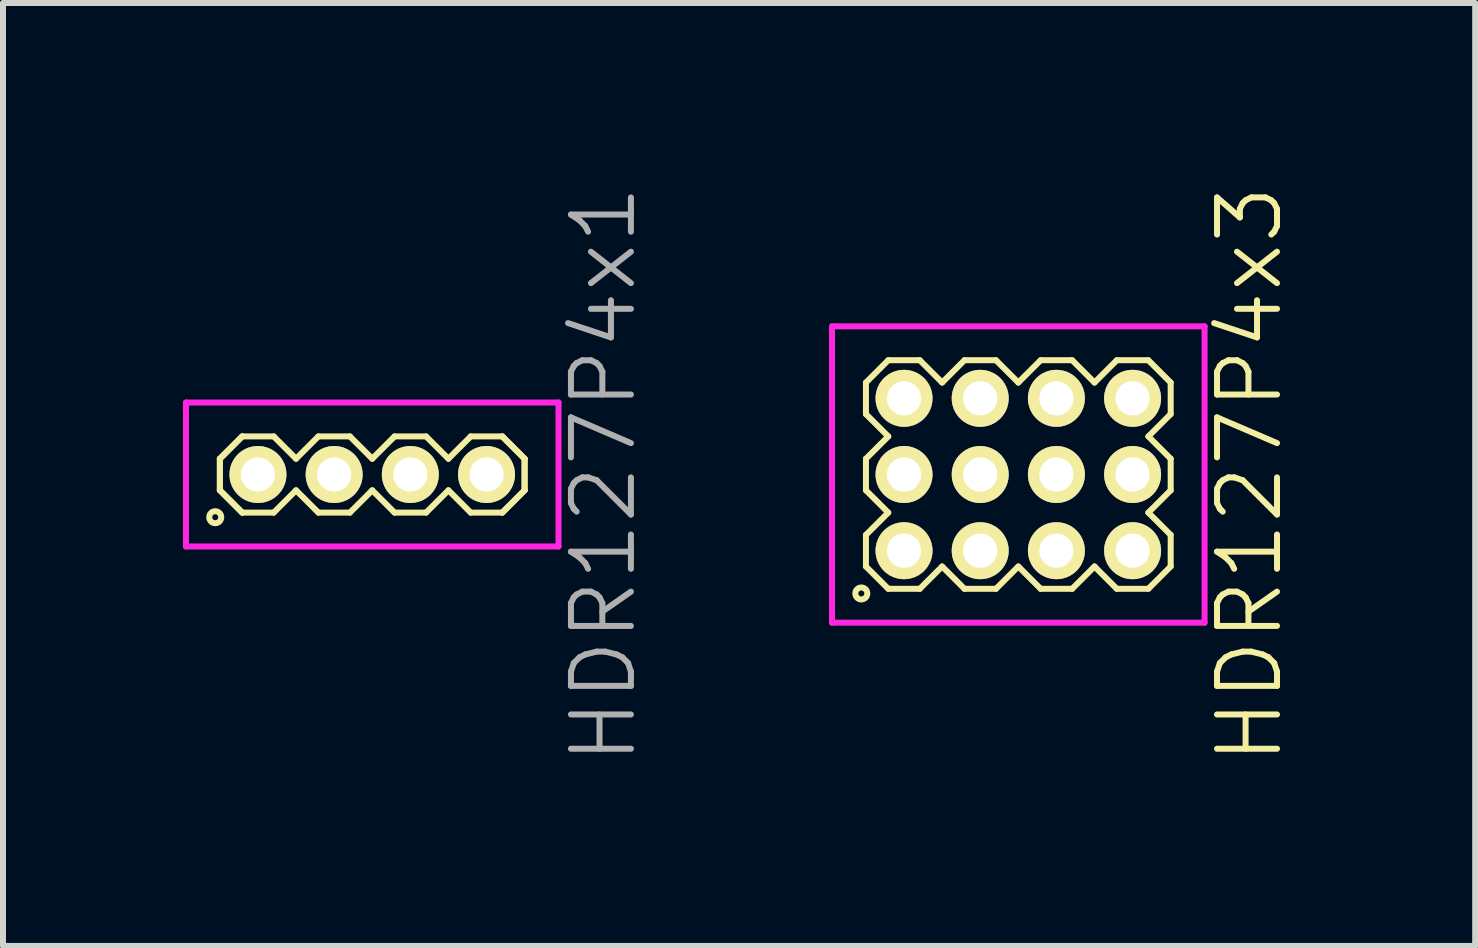
<source format=kicad_pcb>
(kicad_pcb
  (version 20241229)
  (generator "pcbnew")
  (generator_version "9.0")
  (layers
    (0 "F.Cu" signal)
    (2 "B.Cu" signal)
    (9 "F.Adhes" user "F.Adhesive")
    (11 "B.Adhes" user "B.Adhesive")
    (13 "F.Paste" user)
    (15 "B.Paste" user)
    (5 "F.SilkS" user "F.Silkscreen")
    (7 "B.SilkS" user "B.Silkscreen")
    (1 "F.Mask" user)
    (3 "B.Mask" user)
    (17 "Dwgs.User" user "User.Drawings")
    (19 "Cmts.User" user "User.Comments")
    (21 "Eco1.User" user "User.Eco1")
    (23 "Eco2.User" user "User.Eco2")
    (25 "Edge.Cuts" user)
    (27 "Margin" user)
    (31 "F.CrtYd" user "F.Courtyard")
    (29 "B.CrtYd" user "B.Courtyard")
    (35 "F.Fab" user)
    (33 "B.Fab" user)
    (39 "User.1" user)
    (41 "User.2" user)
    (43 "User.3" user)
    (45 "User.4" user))
  (footprint "HDR127P4x3"
    (layer "F.Cu")
    (at 13.925 4.86)
    (property "Reference" "HDR127P4x3" (at 3.855 0 90) (layer "F.SilkS") (effects (font (size 1 1) (thickness 0.1))))
    (attr through_hole)
    (fp_line (start -2.54 -1.533) (end -2.168 -1.905) (stroke (width 0.1) (type solid)) (layer "F.SilkS"))
    (fp_line (start -2.54 -1.007) (end -2.54 -1.533) (stroke (width 0.1) (type solid)) (layer "F.SilkS"))
    (fp_line (start -2.54 -0.263) (end -2.168 -0.635) (stroke (width 0.1) (type solid)) (layer "F.SilkS"))
    (fp_line (start -2.54 0.263) (end -2.54 -0.263) (stroke (width 0.1) (type solid)) (layer "F.SilkS"))
    (fp_line (start -2.54 1.007) (end -2.168 0.635) (stroke (width 0.1) (type solid)) (layer "F.SilkS"))
    (fp_line (start -2.54 1.533) (end -2.54 1.007) (stroke (width 0.1) (type solid)) (layer "F.SilkS"))
    (fp_line (start -2.168 -1.905) (end -1.642 -1.905) (stroke (width 0.1) (type solid)) (layer "F.SilkS"))
    (fp_line (start -2.168 -0.635) (end -2.54 -1.007) (stroke (width 0.1) (type solid)) (layer "F.SilkS"))
    (fp_line (start -2.168 0.635) (end -2.54 0.263) (stroke (width 0.1) (type solid)) (layer "F.SilkS"))
    (fp_line (start -2.168 1.905) (end -2.54 1.533) (stroke (width 0.1) (type solid)) (layer "F.SilkS"))
    (fp_line (start -1.642 -1.905) (end -1.27 -1.533) (stroke (width 0.1) (type solid)) (layer "F.SilkS"))
    (fp_line (start -1.642 1.905) (end -2.168 1.905) (stroke (width 0.1) (type solid)) (layer "F.SilkS"))
    (fp_line (start -1.27 -1.533) (end -0.898 -1.905) (stroke (width 0.1) (type solid)) (layer "F.SilkS"))
    (fp_line (start -1.27 1.533) (end -1.642 1.905) (stroke (width 0.1) (type solid)) (layer "F.SilkS"))
    (fp_line (start -0.898 -1.905) (end -0.372 -1.905) (stroke (width 0.1) (type solid)) (layer "F.SilkS"))
    (fp_line (start -0.898 1.905) (end -1.27 1.533) (stroke (width 0.1) (type solid)) (layer "F.SilkS"))
    (fp_line (start -0.372 -1.905) (end 0 -1.533) (stroke (width 0.1) (type solid)) (layer "F.SilkS"))
    (fp_line (start -0.372 1.905) (end -0.898 1.905) (stroke (width 0.1) (type solid)) (layer "F.SilkS"))
    (fp_line (start 0 -1.533) (end 0.372 -1.905) (stroke (width 0.1) (type solid)) (layer "F.SilkS"))
    (fp_line (start 0 1.533) (end -0.372 1.905) (stroke (width 0.1) (type solid)) (layer "F.SilkS"))
    (fp_line (start 0.372 -1.905) (end 0.898 -1.905) (stroke (width 0.1) (type solid)) (layer "F.SilkS"))
    (fp_line (start 0.372 1.905) (end 0 1.533) (stroke (width 0.1) (type solid)) (layer "F.SilkS"))
    (fp_line (start 0.898 -1.905) (end 1.27 -1.533) (stroke (width 0.1) (type solid)) (layer "F.SilkS"))
    (fp_line (start 0.898 1.905) (end 0.372 1.905) (stroke (width 0.1) (type solid)) (layer "F.SilkS"))
    (fp_line (start 1.27 -1.533) (end 1.642 -1.905) (stroke (width 0.1) (type solid)) (layer "F.SilkS"))
    (fp_line (start 1.27 1.533) (end 0.898 1.905) (stroke (width 0.1) (type solid)) (layer "F.SilkS"))
    (fp_line (start 1.642 -1.905) (end 2.168 -1.905) (stroke (width 0.1) (type solid)) (layer "F.SilkS"))
    (fp_line (start 1.642 1.905) (end 1.27 1.533) (stroke (width 0.1) (type solid)) (layer "F.SilkS"))
    (fp_line (start 2.168 -1.905) (end 2.54 -1.533) (stroke (width 0.1) (type solid)) (layer "F.SilkS"))
    (fp_line (start 2.168 -0.635) (end 2.54 -0.263) (stroke (width 0.1) (type solid)) (layer "F.SilkS"))
    (fp_line (start 2.168 0.635) (end 2.54 1.007) (stroke (width 0.1) (type solid)) (layer "F.SilkS"))
    (fp_line (start 2.168 1.905) (end 1.642 1.905) (stroke (width 0.1) (type solid)) (layer "F.SilkS"))
    (fp_line (start 2.54 -1.533) (end 2.54 -1.007) (stroke (width 0.1) (type solid)) (layer "F.SilkS"))
    (fp_line (start 2.54 -1.007) (end 2.168 -0.635) (stroke (width 0.1) (type solid)) (layer "F.SilkS"))
    (fp_line (start 2.54 -0.263) (end 2.54 0.263) (stroke (width 0.1) (type solid)) (layer "F.SilkS"))
    (fp_line (start 2.54 0.263) (end 2.168 0.635) (stroke (width 0.1) (type solid)) (layer "F.SilkS"))
    (fp_line (start 2.54 1.007) (end 2.54 1.533) (stroke (width 0.1) (type solid)) (layer "F.SilkS"))
    (fp_line (start 2.54 1.533) (end 2.168 1.905) (stroke (width 0.1) (type solid)) (layer "F.SilkS"))
    (fp_circle (center -2.617 1.983) (end -2.517 1.983) (stroke (width 0.1) (type solid)) (fill no) (layer "F.SilkS"))
    (fp_line (start -3.105 -2.47) (end -3.105 2.47) (stroke (width 0.1) (type solid)) (layer "F.CrtYd"))
    (fp_line (start -3.105 2.47) (end 3.105 2.47) (stroke (width 0.1) (type solid)) (layer "F.CrtYd"))
    (fp_line (start 3.105 -2.47) (end -3.105 -2.47) (stroke (width 0.1) (type solid)) (layer "F.CrtYd"))
    (fp_line (start 3.105 2.47) (end 3.105 -2.47) (stroke (width 0.1) (type solid)) (layer "F.CrtYd"))
    (pad "1" thru_hole oval (at -1.905 1.27) (size 0.95 0.95) (drill 0.57) (layers "*.Cu" "*.Mask" "F.SilkS"))
    (pad "2" thru_hole oval (at -1.905 0) (size 0.95 0.95) (drill 0.57) (layers "*.Cu" "*.Mask" "F.SilkS"))
    (pad "3" thru_hole oval (at -1.905 -1.27) (size 0.95 0.95) (drill 0.57) (layers "*.Cu" "*.Mask" "F.SilkS"))
    (pad "4" thru_hole oval (at -0.635 1.27) (size 0.95 0.95) (drill 0.57) (layers "*.Cu" "*.Mask" "F.SilkS"))
    (pad "5" thru_hole oval (at -0.635 0) (size 0.95 0.95) (drill 0.57) (layers "*.Cu" "*.Mask" "F.SilkS"))
    (pad "6" thru_hole oval (at -0.635 -1.27) (size 0.95 0.95) (drill 0.57) (layers "*.Cu" "*.Mask" "F.SilkS"))
    (pad "7" thru_hole oval (at 0.635 1.27) (size 0.95 0.95) (drill 0.57) (layers "*.Cu" "*.Mask" "F.SilkS"))
    (pad "8" thru_hole oval (at 0.635 0) (size 0.95 0.95) (drill 0.57) (layers "*.Cu" "*.Mask" "F.SilkS"))
    (pad "9" thru_hole oval (at 0.635 -1.27) (size 0.95 0.95) (drill 0.57) (layers "*.Cu" "*.Mask" "F.SilkS"))
    (pad "10" thru_hole oval (at 1.905 1.27) (size 0.95 0.95) (drill 0.57) (layers "*.Cu" "*.Mask" "F.SilkS"))
    (pad "11" thru_hole oval (at 1.905 0) (size 0.95 0.95) (drill 0.57) (layers "*.Cu" "*.Mask" "F.SilkS"))
    (pad "12" thru_hole oval (at 1.905 -1.27) (size 0.95 0.95) (drill 0.57) (layers "*.Cu" "*.Mask" "F.SilkS")))
  (footprint "HDR127P4x1"
    (layer "F.Cu")
    (at 3.155 4.86)
    (property "Reference" "HDR127P4x1" (at 3.855 0 90) (layer "F.Fab") (effects (font (size 1 1) (thickness 0.1))))
    (attr through_hole)
    (fp_line (start -2.54 -0.263) (end -2.168 -0.635) (stroke (width 0.1) (type solid)) (layer "F.SilkS"))
    (fp_line (start -2.54 -0.263) (end -2.168 -0.635) (stroke (width 0.1) (type solid)) (layer "F.SilkS"))
    (fp_line (start -2.54 0.263) (end -2.54 -0.263) (stroke (width 0.1) (type solid)) (layer "F.SilkS"))
    (fp_line (start -2.54 0.263) (end -2.54 -0.263) (stroke (width 0.1) (type solid)) (layer "F.SilkS"))
    (fp_line (start -2.168 -0.635) (end -1.642 -0.635) (stroke (width 0.1) (type solid)) (layer "F.SilkS"))
    (fp_line (start -2.168 0.635) (end -2.54 0.263) (stroke (width 0.1) (type solid)) (layer "F.SilkS"))
    (fp_line (start -2.168 0.635) (end -2.54 0.263) (stroke (width 0.1) (type solid)) (layer "F.SilkS"))
    (fp_line (start -1.642 -0.635) (end -1.27 -0.263) (stroke (width 0.1) (type solid)) (layer "F.SilkS"))
    (fp_line (start -1.642 0.635) (end -2.168 0.635) (stroke (width 0.1) (type solid)) (layer "F.SilkS"))
    (fp_line (start -1.27 -0.263) (end -0.898 -0.635) (stroke (width 0.1) (type solid)) (layer "F.SilkS"))
    (fp_line (start -1.27 0.263) (end -1.642 0.635) (stroke (width 0.1) (type solid)) (layer "F.SilkS"))
    (fp_line (start -0.898 -0.635) (end -0.372 -0.635) (stroke (width 0.1) (type solid)) (layer "F.SilkS"))
    (fp_line (start -0.898 0.635) (end -1.27 0.263) (stroke (width 0.1) (type solid)) (layer "F.SilkS"))
    (fp_line (start -0.372 -0.635) (end 0 -0.263) (stroke (width 0.1) (type solid)) (layer "F.SilkS"))
    (fp_line (start -0.372 0.635) (end -0.898 0.635) (stroke (width 0.1) (type solid)) (layer "F.SilkS"))
    (fp_line (start 0 -0.263) (end 0.372 -0.635) (stroke (width 0.1) (type solid)) (layer "F.SilkS"))
    (fp_line (start 0 0.263) (end -0.372 0.635) (stroke (width 0.1) (type solid)) (layer "F.SilkS"))
    (fp_line (start 0.372 -0.635) (end 0.898 -0.635) (stroke (width 0.1) (type solid)) (layer "F.SilkS"))
    (fp_line (start 0.372 0.635) (end 0 0.263) (stroke (width 0.1) (type solid)) (layer "F.SilkS"))
    (fp_line (start 0.898 -0.635) (end 1.27 -0.263) (stroke (width 0.1) (type solid)) (layer "F.SilkS"))
    (fp_line (start 0.898 0.635) (end 0.372 0.635) (stroke (width 0.1) (type solid)) (layer "F.SilkS"))
    (fp_line (start 1.27 -0.263) (end 1.642 -0.635) (stroke (width 0.1) (type solid)) (layer "F.SilkS"))
    (fp_line (start 1.27 0.263) (end 0.898 0.635) (stroke (width 0.1) (type solid)) (layer "F.SilkS"))
    (fp_line (start 1.642 -0.635) (end 2.168 -0.635) (stroke (width 0.1) (type solid)) (layer "F.SilkS"))
    (fp_line (start 1.642 0.635) (end 1.27 0.263) (stroke (width 0.1) (type solid)) (layer "F.SilkS"))
    (fp_line (start 2.168 -0.635) (end 2.54 -0.263) (stroke (width 0.1) (type solid)) (layer "F.SilkS"))
    (fp_line (start 2.168 -0.635) (end 2.54 -0.263) (stroke (width 0.1) (type solid)) (layer "F.SilkS"))
    (fp_line (start 2.168 0.635) (end 1.642 0.635) (stroke (width 0.1) (type solid)) (layer "F.SilkS"))
    (fp_line (start 2.54 -0.263) (end 2.54 0.263) (stroke (width 0.1) (type solid)) (layer "F.SilkS"))
    (fp_line (start 2.54 -0.263) (end 2.54 0.263) (stroke (width 0.1) (type solid)) (layer "F.SilkS"))
    (fp_line (start 2.54 0.263) (end 2.168 0.635) (stroke (width 0.1) (type solid)) (layer "F.SilkS"))
    (fp_line (start 2.54 0.263) (end 2.168 0.635) (stroke (width 0.1) (type solid)) (layer "F.SilkS"))
    (fp_circle (center -2.617 0.712) (end -2.517 0.712) (stroke (width 0.1) (type solid)) (fill no) (layer "F.SilkS"))
    (fp_line (start -3.105 -1.2) (end -3.105 1.2) (stroke (width 0.1) (type solid)) (layer "F.CrtYd"))
    (fp_line (start -3.105 1.2) (end 3.105 1.2) (stroke (width 0.1) (type solid)) (layer "F.CrtYd"))
    (fp_line (start 3.105 -1.2) (end -3.105 -1.2) (stroke (width 0.1) (type solid)) (layer "F.CrtYd"))
    (fp_line (start 3.105 1.2) (end 3.105 -1.2) (stroke (width 0.1) (type solid)) (layer "F.CrtYd"))
    (pad "1" thru_hole oval (at -1.905 0) (size 0.95 0.95) (drill 0.57) (layers "*.Cu" "*.Mask" "F.SilkS"))
    (pad "2" thru_hole oval (at -0.635 0) (size 0.95 0.95) (drill 0.57) (layers "*.Cu" "*.Mask" "F.SilkS"))
    (pad "3" thru_hole oval (at 0.635 0) (size 0.95 0.95) (drill 0.57) (layers "*.Cu" "*.Mask" "F.SilkS"))
    (pad "4" thru_hole oval (at 1.905 0) (size 0.95 0.95) (drill 0.57) (layers "*.Cu" "*.Mask" "F.SilkS")))
  (gr_rect
    (start -3 -3)
    (end 21.541 12.719)
    (stroke (width 0.1) (type default))
    (fill no)
    (layer "Edge.Cuts")))
</source>
